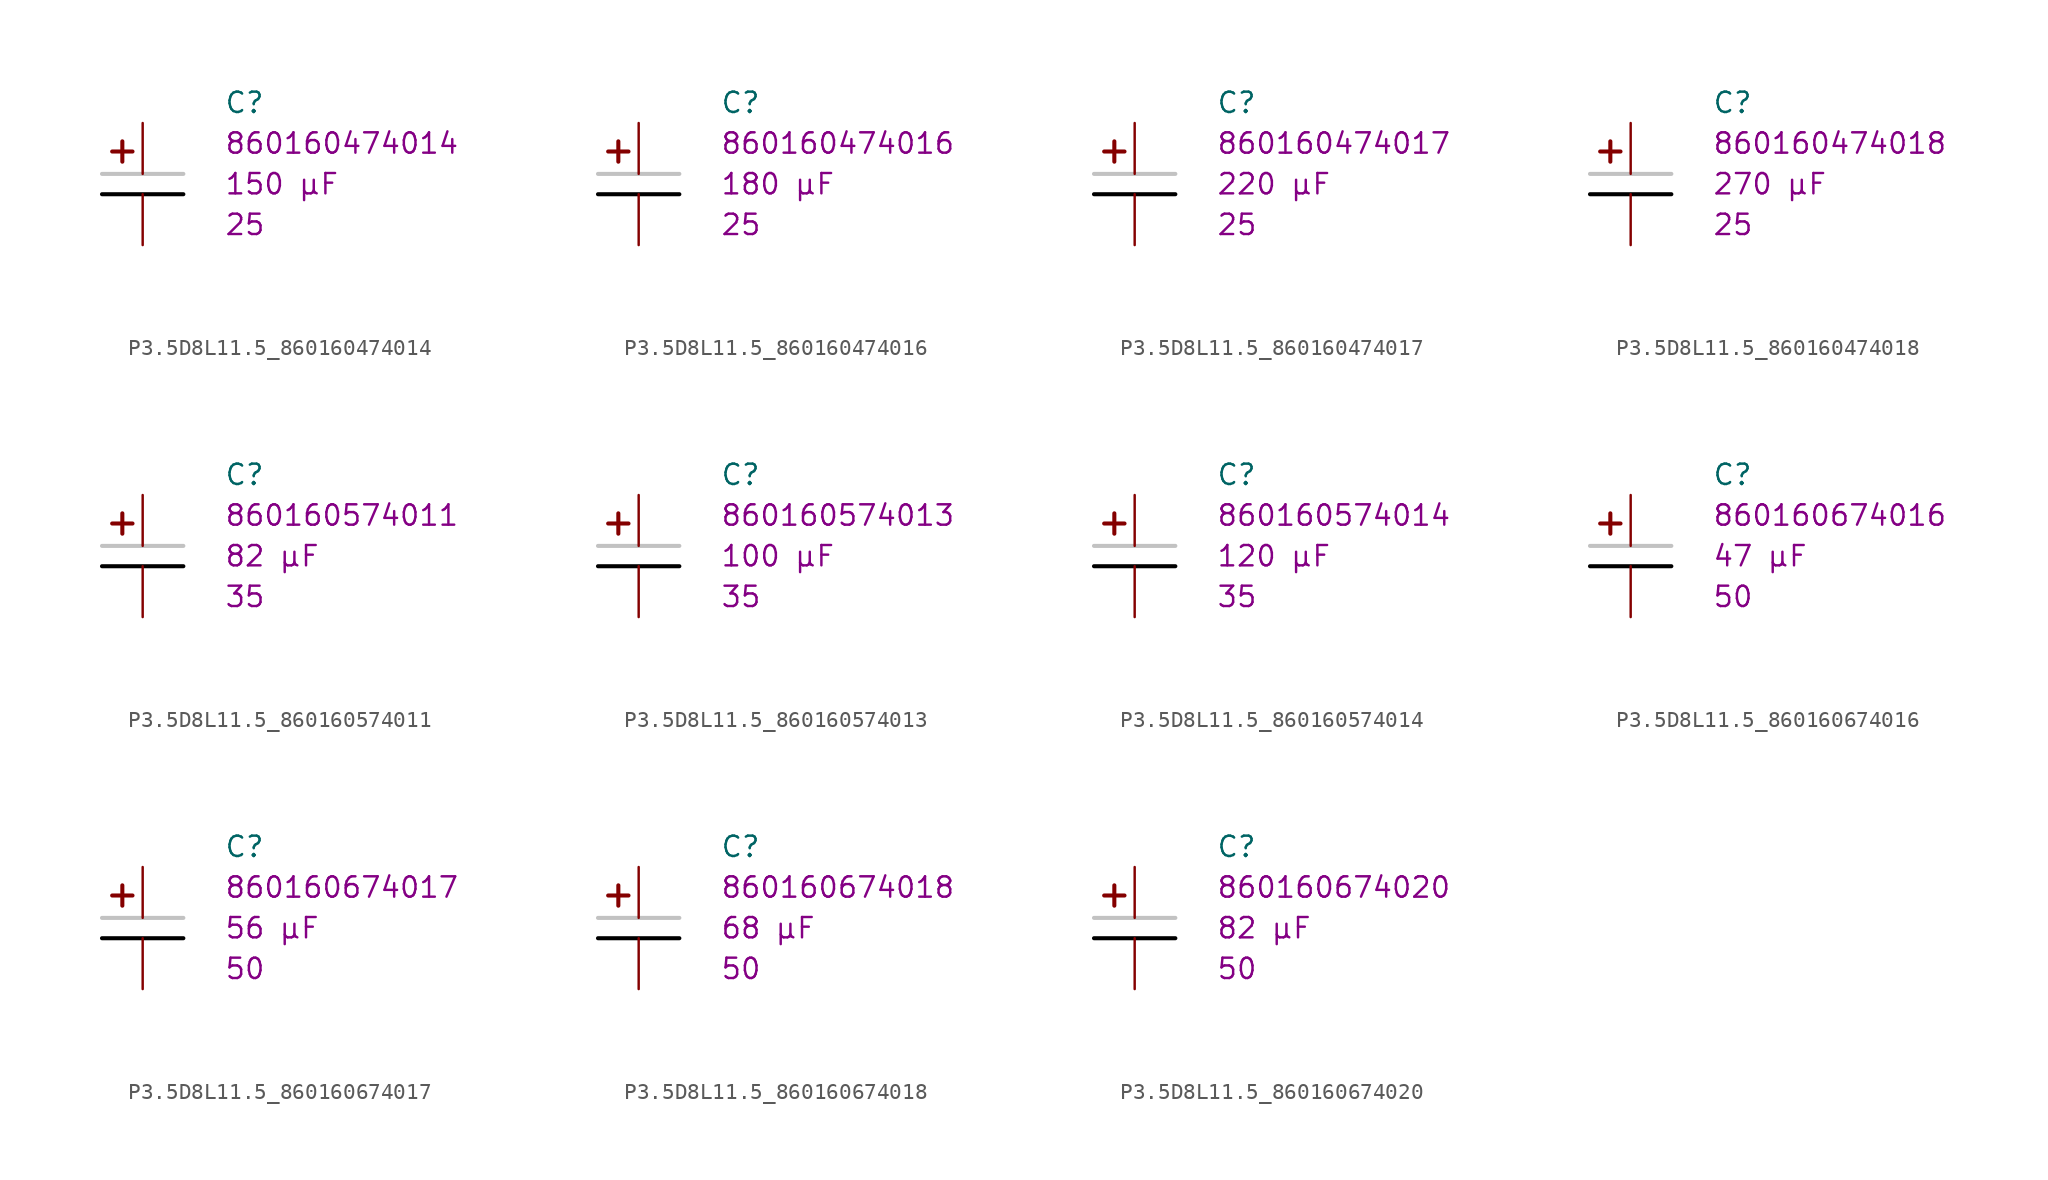
<source format=kicad_sym>
(kicad_symbol_lib
  (version 20220914)
  (generator kicad_symbol_editor)
  (symbol "P3.5D8L11.5_860160474014"
    (pin_numbers hide)
    (pin_names hide)
    (property "Reference" "C"
      (at 5.08 5.08 0)
      (effects (font (size 1.27 1.27)) (justify left)))
    (property "Part Number" "860160474014"
      (at 5.08 2.54 0)
      (effects (font (size 1.27 1.27)) (justify left)))
    (property "Capacitance" "150 µF"
      (at 5.08 0 0)
      (effects (font (size 1.27 1.27)) (justify left)))
    (property "Voltage" "25"
      (at 5.08 -2.54 0)
      (effects (font (size 1.27 1.27)) (justify left)))
    (property "Critical Parameter" ""
      (at 0 -7.62 0)
      (effects (font (size 1.27 1.27))))
    (symbol "P3.5D8L11.5_860160474014_1_1"
      (polyline (pts (xy -1.27 2.667) (xy -1.27 1.397)) (stroke (width 0.254) (type default)) (fill (type none)))
      (polyline (pts (xy -0.635 2.032) (xy -1.905 2.032)) (stroke (width 0.254) (type default)) (fill (type none)))
      (polyline (pts (xy 2.54 -0.635) (xy -2.54 -0.635)) (stroke (width 0.254) (type default) (color 0 0 0 1)) (fill (type none)))
      (polyline (pts (xy 2.54 0.635) (xy -2.54 0.635)) (stroke (width 0.254) (type default) (color 194 194 194 1)) (fill (type none)))
      (pin passive line (at 0 3.81 270) (length 3.175) (name "1" (effects (font (size 1.27 1.27)))) (number "1" (effects (font (size 1.27 1.27)))))
      (pin passive line (at 0 -3.81 90) (length 3.175) (name "2" (effects (font (size 1.27 1.27)))) (number "2" (effects (font (size 1.27 1.27)))))))
  (symbol "P3.5D8L11.5_860160474016"
    (pin_numbers hide)
    (pin_names hide)
    (property "Reference" "C"
      (at 5.08 5.08 0)
      (effects (font (size 1.27 1.27)) (justify left)))
    (property "Part Number" "860160474016"
      (at 5.08 2.54 0)
      (effects (font (size 1.27 1.27)) (justify left)))
    (property "Capacitance" "180 µF"
      (at 5.08 0 0)
      (effects (font (size 1.27 1.27)) (justify left)))
    (property "Voltage" "25"
      (at 5.08 -2.54 0)
      (effects (font (size 1.27 1.27)) (justify left)))
    (property "Critical Parameter" ""
      (at 0 -7.62 0)
      (effects (font (size 1.27 1.27))))
    (symbol "P3.5D8L11.5_860160474016_1_1"
      (polyline (pts (xy -1.27 2.667) (xy -1.27 1.397)) (stroke (width 0.254) (type default)) (fill (type none)))
      (polyline (pts (xy -0.635 2.032) (xy -1.905 2.032)) (stroke (width 0.254) (type default)) (fill (type none)))
      (polyline (pts (xy 2.54 -0.635) (xy -2.54 -0.635)) (stroke (width 0.254) (type default) (color 0 0 0 1)) (fill (type none)))
      (polyline (pts (xy 2.54 0.635) (xy -2.54 0.635)) (stroke (width 0.254) (type default) (color 194 194 194 1)) (fill (type none)))
      (pin passive line (at 0 3.81 270) (length 3.175) (name "1" (effects (font (size 1.27 1.27)))) (number "1" (effects (font (size 1.27 1.27)))))
      (pin passive line (at 0 -3.81 90) (length 3.175) (name "2" (effects (font (size 1.27 1.27)))) (number "2" (effects (font (size 1.27 1.27)))))))
  (symbol "P3.5D8L11.5_860160474017"
    (pin_numbers hide)
    (pin_names hide)
    (property "Reference" "C"
      (at 5.08 5.08 0)
      (effects (font (size 1.27 1.27)) (justify left)))
    (property "Part Number" "860160474017"
      (at 5.08 2.54 0)
      (effects (font (size 1.27 1.27)) (justify left)))
    (property "Capacitance" "220 µF"
      (at 5.08 0 0)
      (effects (font (size 1.27 1.27)) (justify left)))
    (property "Voltage" "25"
      (at 5.08 -2.54 0)
      (effects (font (size 1.27 1.27)) (justify left)))
    (property "Critical Parameter" ""
      (at 0 -7.62 0)
      (effects (font (size 1.27 1.27))))
    (symbol "P3.5D8L11.5_860160474017_1_1"
      (polyline (pts (xy -1.27 2.667) (xy -1.27 1.397)) (stroke (width 0.254) (type default)) (fill (type none)))
      (polyline (pts (xy -0.635 2.032) (xy -1.905 2.032)) (stroke (width 0.254) (type default)) (fill (type none)))
      (polyline (pts (xy 2.54 -0.635) (xy -2.54 -0.635)) (stroke (width 0.254) (type default) (color 0 0 0 1)) (fill (type none)))
      (polyline (pts (xy 2.54 0.635) (xy -2.54 0.635)) (stroke (width 0.254) (type default) (color 194 194 194 1)) (fill (type none)))
      (pin passive line (at 0 3.81 270) (length 3.175) (name "1" (effects (font (size 1.27 1.27)))) (number "1" (effects (font (size 1.27 1.27)))))
      (pin passive line (at 0 -3.81 90) (length 3.175) (name "2" (effects (font (size 1.27 1.27)))) (number "2" (effects (font (size 1.27 1.27)))))))
  (symbol "P3.5D8L11.5_860160474018"
    (pin_numbers hide)
    (pin_names hide)
    (property "Reference" "C"
      (at 5.08 5.08 0)
      (effects (font (size 1.27 1.27)) (justify left)))
    (property "Part Number" "860160474018"
      (at 5.08 2.54 0)
      (effects (font (size 1.27 1.27)) (justify left)))
    (property "Capacitance" "270 µF"
      (at 5.08 0 0)
      (effects (font (size 1.27 1.27)) (justify left)))
    (property "Voltage" "25"
      (at 5.08 -2.54 0)
      (effects (font (size 1.27 1.27)) (justify left)))
    (property "Critical Parameter" ""
      (at 0 -7.62 0)
      (effects (font (size 1.27 1.27))))
    (symbol "P3.5D8L11.5_860160474018_1_1"
      (polyline (pts (xy -1.27 2.667) (xy -1.27 1.397)) (stroke (width 0.254) (type default)) (fill (type none)))
      (polyline (pts (xy -0.635 2.032) (xy -1.905 2.032)) (stroke (width 0.254) (type default)) (fill (type none)))
      (polyline (pts (xy 2.54 -0.635) (xy -2.54 -0.635)) (stroke (width 0.254) (type default) (color 0 0 0 1)) (fill (type none)))
      (polyline (pts (xy 2.54 0.635) (xy -2.54 0.635)) (stroke (width 0.254) (type default) (color 194 194 194 1)) (fill (type none)))
      (pin passive line (at 0 3.81 270) (length 3.175) (name "1" (effects (font (size 1.27 1.27)))) (number "1" (effects (font (size 1.27 1.27)))))
      (pin passive line (at 0 -3.81 90) (length 3.175) (name "2" (effects (font (size 1.27 1.27)))) (number "2" (effects (font (size 1.27 1.27)))))))
  (symbol "P3.5D8L11.5_860160574011"
    (pin_numbers hide)
    (pin_names hide)
    (property "Reference" "C"
      (at 5.08 5.08 0)
      (effects (font (size 1.27 1.27)) (justify left)))
    (property "Part Number" "860160574011"
      (at 5.08 2.54 0)
      (effects (font (size 1.27 1.27)) (justify left)))
    (property "Capacitance" "82 µF"
      (at 5.08 0 0)
      (effects (font (size 1.27 1.27)) (justify left)))
    (property "Voltage" "35"
      (at 5.08 -2.54 0)
      (effects (font (size 1.27 1.27)) (justify left)))
    (property "Critical Parameter" ""
      (at 0 -7.62 0)
      (effects (font (size 1.27 1.27))))
    (symbol "P3.5D8L11.5_860160574011_1_1"
      (polyline (pts (xy -1.27 2.667) (xy -1.27 1.397)) (stroke (width 0.254) (type default)) (fill (type none)))
      (polyline (pts (xy -0.635 2.032) (xy -1.905 2.032)) (stroke (width 0.254) (type default)) (fill (type none)))
      (polyline (pts (xy 2.54 -0.635) (xy -2.54 -0.635)) (stroke (width 0.254) (type default) (color 0 0 0 1)) (fill (type none)))
      (polyline (pts (xy 2.54 0.635) (xy -2.54 0.635)) (stroke (width 0.254) (type default) (color 194 194 194 1)) (fill (type none)))
      (pin passive line (at 0 3.81 270) (length 3.175) (name "1" (effects (font (size 1.27 1.27)))) (number "1" (effects (font (size 1.27 1.27)))))
      (pin passive line (at 0 -3.81 90) (length 3.175) (name "2" (effects (font (size 1.27 1.27)))) (number "2" (effects (font (size 1.27 1.27)))))))
  (symbol "P3.5D8L11.5_860160574013"
    (pin_numbers hide)
    (pin_names hide)
    (property "Reference" "C"
      (at 5.08 5.08 0)
      (effects (font (size 1.27 1.27)) (justify left)))
    (property "Part Number" "860160574013"
      (at 5.08 2.54 0)
      (effects (font (size 1.27 1.27)) (justify left)))
    (property "Capacitance" "100 µF"
      (at 5.08 0 0)
      (effects (font (size 1.27 1.27)) (justify left)))
    (property "Voltage" "35"
      (at 5.08 -2.54 0)
      (effects (font (size 1.27 1.27)) (justify left)))
    (property "Critical Parameter" ""
      (at 0 -7.62 0)
      (effects (font (size 1.27 1.27))))
    (symbol "P3.5D8L11.5_860160574013_1_1"
      (polyline (pts (xy -1.27 2.667) (xy -1.27 1.397)) (stroke (width 0.254) (type default)) (fill (type none)))
      (polyline (pts (xy -0.635 2.032) (xy -1.905 2.032)) (stroke (width 0.254) (type default)) (fill (type none)))
      (polyline (pts (xy 2.54 -0.635) (xy -2.54 -0.635)) (stroke (width 0.254) (type default) (color 0 0 0 1)) (fill (type none)))
      (polyline (pts (xy 2.54 0.635) (xy -2.54 0.635)) (stroke (width 0.254) (type default) (color 194 194 194 1)) (fill (type none)))
      (pin passive line (at 0 3.81 270) (length 3.175) (name "1" (effects (font (size 1.27 1.27)))) (number "1" (effects (font (size 1.27 1.27)))))
      (pin passive line (at 0 -3.81 90) (length 3.175) (name "2" (effects (font (size 1.27 1.27)))) (number "2" (effects (font (size 1.27 1.27)))))))
  (symbol "P3.5D8L11.5_860160574014"
    (pin_numbers hide)
    (pin_names hide)
    (property "Reference" "C"
      (at 5.08 5.08 0)
      (effects (font (size 1.27 1.27)) (justify left)))
    (property "Part Number" "860160574014"
      (at 5.08 2.54 0)
      (effects (font (size 1.27 1.27)) (justify left)))
    (property "Capacitance" "120 µF"
      (at 5.08 0 0)
      (effects (font (size 1.27 1.27)) (justify left)))
    (property "Voltage" "35"
      (at 5.08 -2.54 0)
      (effects (font (size 1.27 1.27)) (justify left)))
    (property "Critical Parameter" ""
      (at 0 -7.62 0)
      (effects (font (size 1.27 1.27))))
    (symbol "P3.5D8L11.5_860160574014_1_1"
      (polyline (pts (xy -1.27 2.667) (xy -1.27 1.397)) (stroke (width 0.254) (type default)) (fill (type none)))
      (polyline (pts (xy -0.635 2.032) (xy -1.905 2.032)) (stroke (width 0.254) (type default)) (fill (type none)))
      (polyline (pts (xy 2.54 -0.635) (xy -2.54 -0.635)) (stroke (width 0.254) (type default) (color 0 0 0 1)) (fill (type none)))
      (polyline (pts (xy 2.54 0.635) (xy -2.54 0.635)) (stroke (width 0.254) (type default) (color 194 194 194 1)) (fill (type none)))
      (pin passive line (at 0 3.81 270) (length 3.175) (name "1" (effects (font (size 1.27 1.27)))) (number "1" (effects (font (size 1.27 1.27)))))
      (pin passive line (at 0 -3.81 90) (length 3.175) (name "2" (effects (font (size 1.27 1.27)))) (number "2" (effects (font (size 1.27 1.27)))))))
  (symbol "P3.5D8L11.5_860160674016"
    (pin_numbers hide)
    (pin_names hide)
    (property "Reference" "C"
      (at 5.08 5.08 0)
      (effects (font (size 1.27 1.27)) (justify left)))
    (property "Part Number" "860160674016"
      (at 5.08 2.54 0)
      (effects (font (size 1.27 1.27)) (justify left)))
    (property "Capacitance" "47 µF"
      (at 5.08 0 0)
      (effects (font (size 1.27 1.27)) (justify left)))
    (property "Voltage" "50"
      (at 5.08 -2.54 0)
      (effects (font (size 1.27 1.27)) (justify left)))
    (property "Critical Parameter" ""
      (at 0 -7.62 0)
      (effects (font (size 1.27 1.27))))
    (symbol "P3.5D8L11.5_860160674016_1_1"
      (polyline (pts (xy -1.27 2.667) (xy -1.27 1.397)) (stroke (width 0.254) (type default)) (fill (type none)))
      (polyline (pts (xy -0.635 2.032) (xy -1.905 2.032)) (stroke (width 0.254) (type default)) (fill (type none)))
      (polyline (pts (xy 2.54 -0.635) (xy -2.54 -0.635)) (stroke (width 0.254) (type default) (color 0 0 0 1)) (fill (type none)))
      (polyline (pts (xy 2.54 0.635) (xy -2.54 0.635)) (stroke (width 0.254) (type default) (color 194 194 194 1)) (fill (type none)))
      (pin passive line (at 0 3.81 270) (length 3.175) (name "1" (effects (font (size 1.27 1.27)))) (number "1" (effects (font (size 1.27 1.27)))))
      (pin passive line (at 0 -3.81 90) (length 3.175) (name "2" (effects (font (size 1.27 1.27)))) (number "2" (effects (font (size 1.27 1.27)))))))
  (symbol "P3.5D8L11.5_860160674017"
    (pin_numbers hide)
    (pin_names hide)
    (property "Reference" "C"
      (at 5.08 5.08 0)
      (effects (font (size 1.27 1.27)) (justify left)))
    (property "Part Number" "860160674017"
      (at 5.08 2.54 0)
      (effects (font (size 1.27 1.27)) (justify left)))
    (property "Capacitance" "56 µF"
      (at 5.08 0 0)
      (effects (font (size 1.27 1.27)) (justify left)))
    (property "Voltage" "50"
      (at 5.08 -2.54 0)
      (effects (font (size 1.27 1.27)) (justify left)))
    (property "Critical Parameter" ""
      (at 0 -7.62 0)
      (effects (font (size 1.27 1.27))))
    (symbol "P3.5D8L11.5_860160674017_1_1"
      (polyline (pts (xy -1.27 2.667) (xy -1.27 1.397)) (stroke (width 0.254) (type default)) (fill (type none)))
      (polyline (pts (xy -0.635 2.032) (xy -1.905 2.032)) (stroke (width 0.254) (type default)) (fill (type none)))
      (polyline (pts (xy 2.54 -0.635) (xy -2.54 -0.635)) (stroke (width 0.254) (type default) (color 0 0 0 1)) (fill (type none)))
      (polyline (pts (xy 2.54 0.635) (xy -2.54 0.635)) (stroke (width 0.254) (type default) (color 194 194 194 1)) (fill (type none)))
      (pin passive line (at 0 3.81 270) (length 3.175) (name "1" (effects (font (size 1.27 1.27)))) (number "1" (effects (font (size 1.27 1.27)))))
      (pin passive line (at 0 -3.81 90) (length 3.175) (name "2" (effects (font (size 1.27 1.27)))) (number "2" (effects (font (size 1.27 1.27)))))))
  (symbol "P3.5D8L11.5_860160674018"
    (pin_numbers hide)
    (pin_names hide)
    (property "Reference" "C"
      (at 5.08 5.08 0)
      (effects (font (size 1.27 1.27)) (justify left)))
    (property "Part Number" "860160674018"
      (at 5.08 2.54 0)
      (effects (font (size 1.27 1.27)) (justify left)))
    (property "Capacitance" "68 µF"
      (at 5.08 0 0)
      (effects (font (size 1.27 1.27)) (justify left)))
    (property "Voltage" "50"
      (at 5.08 -2.54 0)
      (effects (font (size 1.27 1.27)) (justify left)))
    (property "Critical Parameter" ""
      (at 0 -7.62 0)
      (effects (font (size 1.27 1.27))))
    (symbol "P3.5D8L11.5_860160674018_1_1"
      (polyline (pts (xy -1.27 2.667) (xy -1.27 1.397)) (stroke (width 0.254) (type default)) (fill (type none)))
      (polyline (pts (xy -0.635 2.032) (xy -1.905 2.032)) (stroke (width 0.254) (type default)) (fill (type none)))
      (polyline (pts (xy 2.54 -0.635) (xy -2.54 -0.635)) (stroke (width 0.254) (type default) (color 0 0 0 1)) (fill (type none)))
      (polyline (pts (xy 2.54 0.635) (xy -2.54 0.635)) (stroke (width 0.254) (type default) (color 194 194 194 1)) (fill (type none)))
      (pin passive line (at 0 3.81 270) (length 3.175) (name "1" (effects (font (size 1.27 1.27)))) (number "1" (effects (font (size 1.27 1.27)))))
      (pin passive line (at 0 -3.81 90) (length 3.175) (name "2" (effects (font (size 1.27 1.27)))) (number "2" (effects (font (size 1.27 1.27)))))))
  (symbol "P3.5D8L11.5_860160674020"
    (pin_numbers hide)
    (pin_names hide)
    (property "Reference" "C"
      (at 5.08 5.08 0)
      (effects (font (size 1.27 1.27)) (justify left)))
    (property "Part Number" "860160674020"
      (at 5.08 2.54 0)
      (effects (font (size 1.27 1.27)) (justify left)))
    (property "Capacitance" "82 µF"
      (at 5.08 0 0)
      (effects (font (size 1.27 1.27)) (justify left)))
    (property "Voltage" "50"
      (at 5.08 -2.54 0)
      (effects (font (size 1.27 1.27)) (justify left)))
    (property "Critical Parameter" ""
      (at 0 -7.62 0)
      (effects (font (size 1.27 1.27))))
    (symbol "P3.5D8L11.5_860160674020_1_1"
      (polyline (pts (xy -1.27 2.667) (xy -1.27 1.397)) (stroke (width 0.254) (type default)) (fill (type none)))
      (polyline (pts (xy -0.635 2.032) (xy -1.905 2.032)) (stroke (width 0.254) (type default)) (fill (type none)))
      (polyline (pts (xy 2.54 -0.635) (xy -2.54 -0.635)) (stroke (width 0.254) (type default) (color 0 0 0 1)) (fill (type none)))
      (polyline (pts (xy 2.54 0.635) (xy -2.54 0.635)) (stroke (width 0.254) (type default) (color 194 194 194 1)) (fill (type none)))
      (pin passive line (at 0 3.81 270) (length 3.175) (name "1" (effects (font (size 1.27 1.27)))) (number "1" (effects (font (size 1.27 1.27)))))
      (pin passive line (at 0 -3.81 90) (length 3.175) (name "2" (effects (font (size 1.27 1.27)))) (number "2" (effects (font (size 1.27 1.27))))))))
</source>
